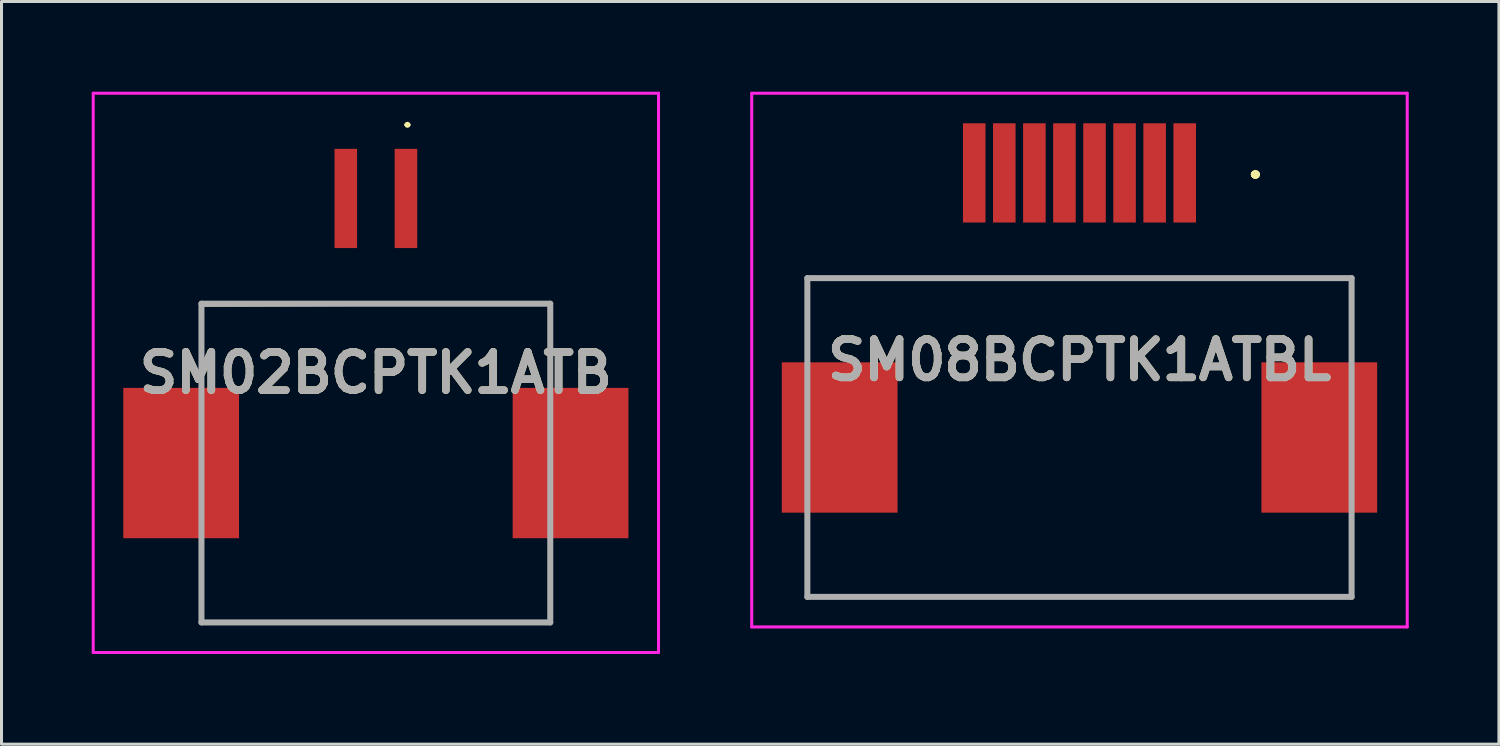
<source format=kicad_pcb>
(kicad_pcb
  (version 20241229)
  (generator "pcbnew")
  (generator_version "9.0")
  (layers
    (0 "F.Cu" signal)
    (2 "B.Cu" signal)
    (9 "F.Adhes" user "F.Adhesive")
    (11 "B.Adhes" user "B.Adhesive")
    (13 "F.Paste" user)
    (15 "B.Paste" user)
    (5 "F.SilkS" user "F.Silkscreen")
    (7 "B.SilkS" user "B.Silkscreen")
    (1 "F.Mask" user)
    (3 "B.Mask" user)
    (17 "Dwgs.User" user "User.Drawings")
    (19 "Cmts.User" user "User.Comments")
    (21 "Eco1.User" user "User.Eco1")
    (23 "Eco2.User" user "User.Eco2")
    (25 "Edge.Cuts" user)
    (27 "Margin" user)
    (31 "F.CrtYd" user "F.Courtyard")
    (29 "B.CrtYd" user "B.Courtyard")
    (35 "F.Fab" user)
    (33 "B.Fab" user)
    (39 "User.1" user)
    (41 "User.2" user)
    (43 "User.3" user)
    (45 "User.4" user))
  (footprint "SM02BCPTK1ATB"
    (layer "F.Cu")
    (at 9.45 10.6)
    (property "Reference" "SM02BCPTK1ATB" (at 0 -1.25 0) (layer "F.SilkS") (effects (font (size 1.27 1.27) (thickness 0.254))))
    (attr smd)
    (fp_line (start -5.8 -3.5) (end 5.8 -3.55) (stroke (width 0.1) (type solid)) (layer "F.SilkS"))
    (fp_line (start -5.8 -1) (end -5.8 -3.5) (stroke (width 0.1) (type solid)) (layer "F.SilkS"))
    (fp_line (start -5.8 4.5) (end -5.8 7.05) (stroke (width 0.1) (type solid)) (layer "F.SilkS"))
    (fp_line (start -5.8 7.05) (end 5.8 7.05) (stroke (width 0.1) (type solid)) (layer "F.SilkS"))
    (fp_line (start 1 -9.5) (end 1 -9.5) (stroke (width 0.1) (type solid)) (layer "F.SilkS"))
    (fp_line (start 1.1 -9.5) (end 1.1 -9.5) (stroke (width 0.1) (type solid)) (layer "F.SilkS"))
    (fp_line (start 5.8 -3.55) (end 5.8 -1) (stroke (width 0.1) (type solid)) (layer "F.SilkS"))
    (fp_line (start 5.8 7.05) (end 5.8 4.5) (stroke (width 0.1) (type solid)) (layer "F.SilkS"))
    (fp_arc (start 1 -9.5) (mid 1.05 -9.55) (end 1.1 -9.5) (stroke (width 0.1) (type solid)) (layer "F.SilkS"))
    (fp_arc (start 1.1 -9.5) (mid 1.05 -9.45) (end 1 -9.5) (stroke (width 0.1) (type solid)) (layer "F.SilkS"))
    (fp_line (start -9.4 -10.55) (end 9.4 -10.55) (stroke (width 0.1) (type solid)) (layer "F.CrtYd"))
    (fp_line (start -9.4 8.05) (end -9.4 -10.55) (stroke (width 0.1) (type solid)) (layer "F.CrtYd"))
    (fp_line (start 9.4 -10.55) (end 9.4 8.05) (stroke (width 0.1) (type solid)) (layer "F.CrtYd"))
    (fp_line (start 9.4 8.05) (end -9.4 8.05) (stroke (width 0.1) (type solid)) (layer "F.CrtYd"))
    (fp_line (start -5.8 -3.55) (end 5.8 -3.55) (stroke (width 0.2) (type solid)) (layer "F.Fab"))
    (fp_line (start -5.8 7.05) (end -5.8 -3.55) (stroke (width 0.2) (type solid)) (layer "F.Fab"))
    (fp_line (start 5.8 -3.55) (end 5.8 7.05) (stroke (width 0.2) (type solid)) (layer "F.Fab"))
    (fp_line (start 5.8 7.05) (end -5.8 7.05) (stroke (width 0.2) (type solid)) (layer "F.Fab"))
    (fp_text user "${REFERENCE}" (at 0 -1.25 0) (layer "F.Fab") (effects (font (size 1.27 1.27) (thickness 0.254))))
    (pad "1" smd rect (at 1 -7.05) (size 0.75 3.3) (layers "F.Cu" "F.Mask" "F.Paste"))
    (pad "2" smd rect (at -1 -7.05) (size 0.75 3.3) (layers "F.Cu" "F.Mask" "F.Paste"))
    (pad "MP1" smd rect (at 6.475 1.75) (size 3.85 5) (layers "F.Cu" "F.Mask" "F.Paste"))
    (pad "MP2" smd rect (at -6.475 1.75) (size 3.85 5) (layers "F.Cu" "F.Mask" "F.Paste")))
  (footprint "SM08BCPTK1ATBL"
    (layer "F.Cu")
    (at 32.85 11.5)
    (property "Reference" "SM08BCPTK1ATBL" (at 0 -2.575 0) (layer "F.SilkS") (effects (font (size 1.27 1.27) (thickness 0.254))))
    (attr smd)
    (fp_line (start -9.05 -5.3) (end -9.05 -5.3) (stroke (width 0.1) (type solid)) (layer "F.SilkS"))
    (fp_line (start -9.05 -5.3) (end -9.05 -5.3) (stroke (width 0.1) (type solid)) (layer "F.SilkS"))
    (fp_line (start -9.05 -5.3) (end -9.05 -3.5) (stroke (width 0.1) (type solid)) (layer "F.SilkS"))
    (fp_line (start -9.05 -5.3) (end 9.05 -5.3) (stroke (width 0.1) (type solid)) (layer "F.SilkS"))
    (fp_line (start -9.05 -3.5) (end -9.05 -5.3) (stroke (width 0.1) (type solid)) (layer "F.SilkS"))
    (fp_line (start -9.05 -3.5) (end -9.05 -3.5) (stroke (width 0.1) (type solid)) (layer "F.SilkS"))
    (fp_line (start -9.05 3.25) (end -9.05 3.25) (stroke (width 0.1) (type solid)) (layer "F.SilkS"))
    (fp_line (start -9.05 3.25) (end -9.05 5.3) (stroke (width 0.1) (type solid)) (layer "F.SilkS"))
    (fp_line (start -9.05 5.3) (end -9.05 3.25) (stroke (width 0.1) (type solid)) (layer "F.SilkS"))
    (fp_line (start -9.05 5.3) (end -9.05 5.3) (stroke (width 0.1) (type solid)) (layer "F.SilkS"))
    (fp_line (start -9.05 5.3) (end -9.05 5.3) (stroke (width 0.1) (type solid)) (layer "F.SilkS"))
    (fp_line (start -9.05 5.3) (end 9.05 5.3) (stroke (width 0.1) (type solid)) (layer "F.SilkS"))
    (fp_line (start 5.8 -8.75) (end 5.8 -8.75) (stroke (width 0.2) (type solid)) (layer "F.SilkS"))
    (fp_line (start 5.8 -8.75) (end 5.8 -8.75) (stroke (width 0.2) (type solid)) (layer "F.SilkS"))
    (fp_line (start 5.9 -8.75) (end 5.9 -8.75) (stroke (width 0.2) (type solid)) (layer "F.SilkS"))
    (fp_line (start 9.05 -5.3) (end -9.05 -5.3) (stroke (width 0.1) (type solid)) (layer "F.SilkS"))
    (fp_line (start 9.05 -5.3) (end 9.05 -5.3) (stroke (width 0.1) (type solid)) (layer "F.SilkS"))
    (fp_line (start 9.05 -5.3) (end 9.05 -5.3) (stroke (width 0.1) (type solid)) (layer "F.SilkS"))
    (fp_line (start 9.05 -5.3) (end 9.05 -3.25) (stroke (width 0.1) (type solid)) (layer "F.SilkS"))
    (fp_line (start 9.05 -3.25) (end 9.05 -5.3) (stroke (width 0.1) (type solid)) (layer "F.SilkS"))
    (fp_line (start 9.05 -3.25) (end 9.05 -3.25) (stroke (width 0.1) (type solid)) (layer "F.SilkS"))
    (fp_line (start 9.05 3.25) (end 9.05 3.25) (stroke (width 0.1) (type solid)) (layer "F.SilkS"))
    (fp_line (start 9.05 3.25) (end 9.05 5.3) (stroke (width 0.1) (type solid)) (layer "F.SilkS"))
    (fp_line (start 9.05 5.3) (end -9.05 5.3) (stroke (width 0.1) (type solid)) (layer "F.SilkS"))
    (fp_line (start 9.05 5.3) (end 9.05 3.25) (stroke (width 0.1) (type solid)) (layer "F.SilkS"))
    (fp_line (start 9.05 5.3) (end 9.05 5.3) (stroke (width 0.1) (type solid)) (layer "F.SilkS"))
    (fp_line (start 9.05 5.3) (end 9.05 5.3) (stroke (width 0.1) (type solid)) (layer "F.SilkS"))
    (fp_arc (start 5.8 -8.75) (mid 5.85 -8.8) (end 5.9 -8.75) (stroke (width 0.2) (type solid)) (layer "F.SilkS"))
    (fp_arc (start 5.9 -8.75) (mid 5.85 -8.7) (end 5.8 -8.75) (stroke (width 0.2) (type solid)) (layer "F.SilkS"))
    (fp_arc (start 5.9 -8.75) (mid 5.85 -8.7) (end 5.8 -8.75) (stroke (width 0.2) (type solid)) (layer "F.SilkS"))
    (fp_line (start -10.9 -11.45) (end 10.9 -11.45) (stroke (width 0.1) (type solid)) (layer "F.CrtYd"))
    (fp_line (start -10.9 6.3) (end -10.9 -11.45) (stroke (width 0.1) (type solid)) (layer "F.CrtYd"))
    (fp_line (start 10.9 -11.45) (end 10.9 6.3) (stroke (width 0.1) (type solid)) (layer "F.CrtYd"))
    (fp_line (start 10.9 6.3) (end -10.9 6.3) (stroke (width 0.1) (type solid)) (layer "F.CrtYd"))
    (fp_line (start -9.05 -5.3) (end -9.05 5.3) (stroke (width 0.2) (type solid)) (layer "F.Fab"))
    (fp_line (start -9.05 5.3) (end 9.05 5.3) (stroke (width 0.2) (type solid)) (layer "F.Fab"))
    (fp_line (start 9.05 -5.3) (end -9.05 -5.3) (stroke (width 0.2) (type solid)) (layer "F.Fab"))
    (fp_line (start 9.05 5.3) (end 9.05 -5.3) (stroke (width 0.2) (type solid)) (layer "F.Fab"))
    (fp_text user "${REFERENCE}" (at 0 -2.575 0) (layer "F.Fab") (effects (font (size 1.27 1.27) (thickness 0.254))))
    (pad "1" smd rect (at 3.5 -8.8) (size 0.75 3.3) (layers "F.Cu" "F.Mask" "F.Paste"))
    (pad "2" smd rect (at 2.5 -8.8) (size 0.75 3.3) (layers "F.Cu" "F.Mask" "F.Paste"))
    (pad "3" smd rect (at 1.5 -8.8) (size 0.75 3.3) (layers "F.Cu" "F.Mask" "F.Paste"))
    (pad "4" smd rect (at 0.5 -8.8) (size 0.75 3.3) (layers "F.Cu" "F.Mask" "F.Paste"))
    (pad "5" smd rect (at -0.5 -8.8) (size 0.75 3.3) (layers "F.Cu" "F.Mask" "F.Paste"))
    (pad "6" smd rect (at -1.5 -8.8) (size 0.75 3.3) (layers "F.Cu" "F.Mask" "F.Paste"))
    (pad "7" smd rect (at -2.5 -8.8) (size 0.75 3.3) (layers "F.Cu" "F.Mask" "F.Paste"))
    (pad "8" smd rect (at -3.5 -8.8) (size 0.75 3.3) (layers "F.Cu" "F.Mask" "F.Paste"))
    (pad "MP1" smd rect (at -7.975 0) (size 3.85 5) (layers "F.Cu" "F.Mask" "F.Paste"))
    (pad "MP2" smd rect (at 7.975 0) (size 3.85 5) (layers "F.Cu" "F.Mask" "F.Paste")))
  (gr_rect
    (start -3 -3)
    (end 46.8 21.7)
    (stroke (width 0.1) (type default))
    (fill no)
    (layer "Edge.Cuts")))
</source>
